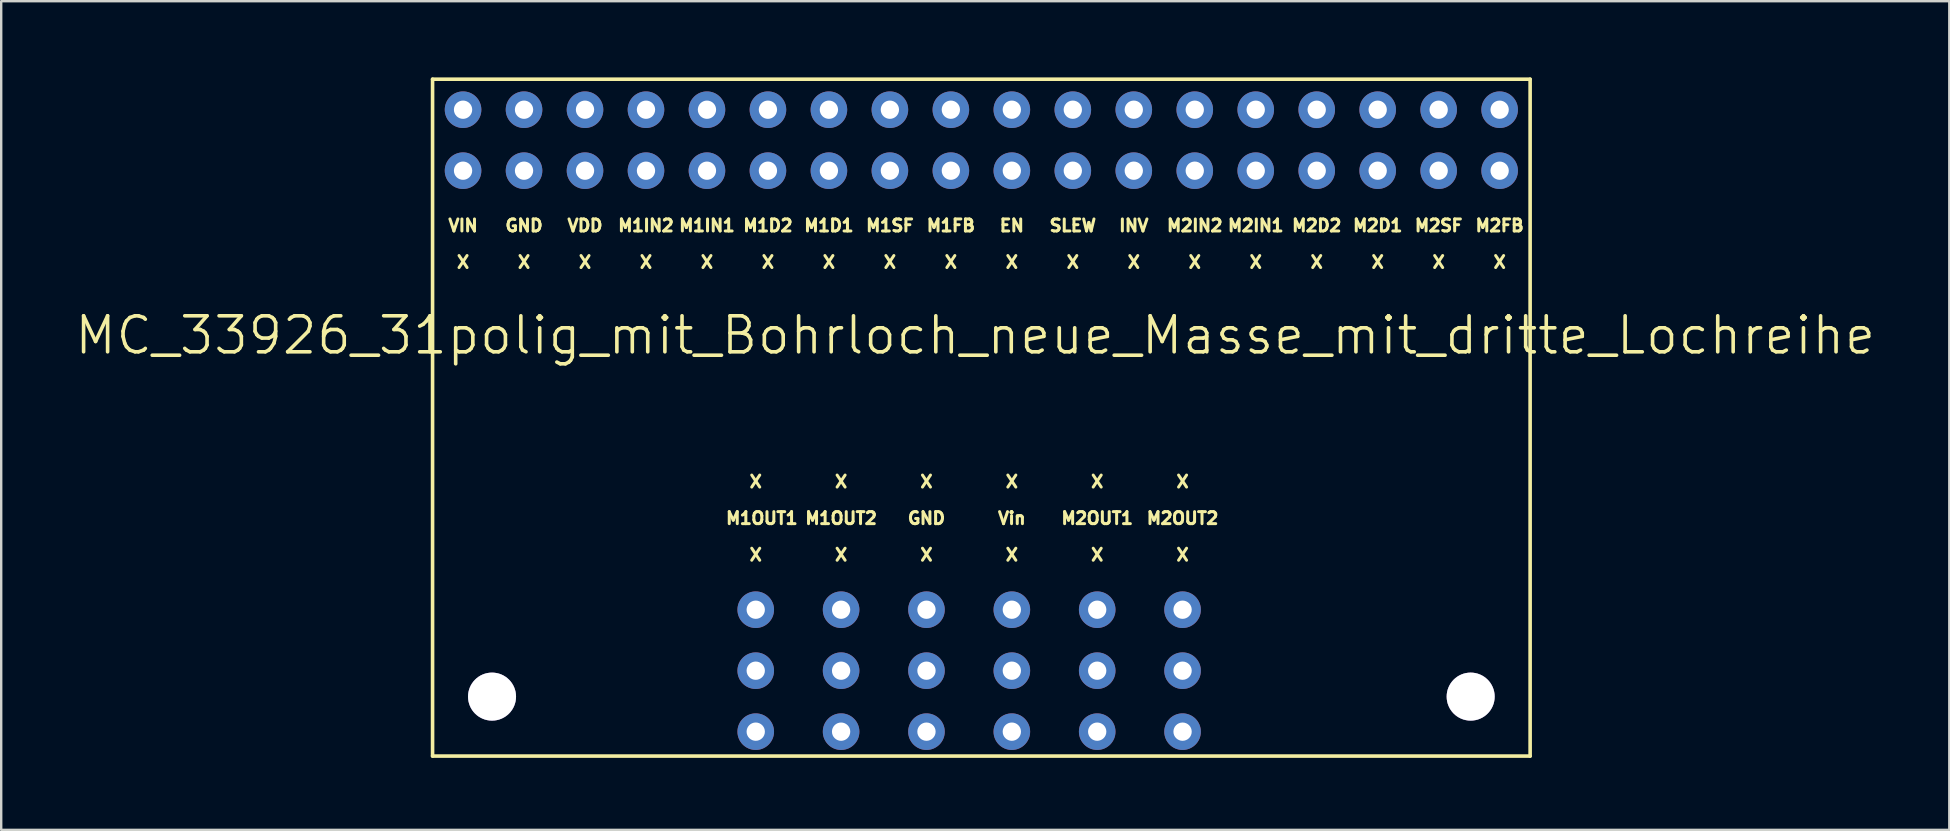
<source format=kicad_pcb>
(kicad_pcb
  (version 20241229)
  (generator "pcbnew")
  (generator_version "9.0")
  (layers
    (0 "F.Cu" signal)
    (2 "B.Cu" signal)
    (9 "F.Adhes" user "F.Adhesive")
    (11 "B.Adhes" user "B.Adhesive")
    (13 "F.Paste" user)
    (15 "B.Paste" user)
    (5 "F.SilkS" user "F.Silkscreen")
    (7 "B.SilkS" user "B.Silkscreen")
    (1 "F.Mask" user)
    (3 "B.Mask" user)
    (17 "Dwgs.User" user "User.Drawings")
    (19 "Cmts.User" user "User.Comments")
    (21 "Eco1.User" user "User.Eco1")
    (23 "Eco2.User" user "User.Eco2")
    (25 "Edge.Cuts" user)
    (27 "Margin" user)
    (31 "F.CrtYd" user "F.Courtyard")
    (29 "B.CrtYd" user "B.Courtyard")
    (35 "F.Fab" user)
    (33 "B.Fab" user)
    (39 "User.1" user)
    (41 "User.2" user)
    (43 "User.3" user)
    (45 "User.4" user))
  (footprint "MC_33926_31polig_mit_Bohrloch_neue_Masse_mit_dritte_Lochreihe"
    (layer "F.Cu")
    (at 14.969 0.25)
    (property "Reference" "MC_33926_31polig_mit_Bohrloch_neue_Masse_mit_dritte_Lochreihe" (at 22.606 10.668 0) (layer "F.SilkS") (effects (font (size 1.5 1.5) (thickness 0.15))))
    (fp_line (start 0 0) (end 45.72 0) (stroke (width 0.15) (type solid)) (layer "F.SilkS"))
    (fp_line (start 0 28.194) (end 0 0) (stroke (width 0.15) (type solid)) (layer "F.SilkS"))
    (fp_line (start 45.72 0) (end 45.72 28.194) (stroke (width 0.15) (type solid)) (layer "F.SilkS"))
    (fp_line (start 45.72 28.194) (end 0 28.194) (stroke (width 0.15) (type solid)) (layer "F.SilkS"))
    (fp_text user "X" (at 6.35 7.62 0) (layer "F.SilkS") (effects (font (size 0.5 0.5) (thickness 0.125))))
    (fp_text user "M1FB" (at 21.59 6.096 0) (layer "F.SilkS") (effects (font (size 0.5 0.5) (thickness 0.125))))
    (fp_text user "X" (at 27.686 19.812 0) (layer "F.SilkS") (effects (font (size 0.5 0.5) (thickness 0.125))))
    (fp_text user "X" (at 20.574 19.812 0) (layer "F.SilkS") (effects (font (size 0.5 0.5) (thickness 0.125))))
    (fp_text user "INV" (at 29.21 6.096 0) (layer "F.SilkS") (effects (font (size 0.5 0.5) (thickness 0.125))))
    (fp_text user "X" (at 24.13 7.62 0) (layer "F.SilkS") (effects (font (size 0.5 0.5) (thickness 0.125))))
    (fp_text user "X" (at 44.45 7.62 0) (layer "F.SilkS") (effects (font (size 0.5 0.5) (thickness 0.125))))
    (fp_text user "VDD" (at 6.35 6.096 0) (layer "F.SilkS") (effects (font (size 0.5 0.5) (thickness 0.125))))
    (fp_text user "X" (at 26.67 7.62 0) (layer "F.SilkS") (effects (font (size 0.5 0.5) (thickness 0.125))))
    (fp_text user "M1D2" (at 13.97 6.096 0) (layer "F.SilkS") (effects (font (size 0.5 0.5) (thickness 0.125))))
    (fp_text user "X" (at 31.242 16.764 0) (layer "F.SilkS") (effects (font (size 0.5 0.5) (thickness 0.125))))
    (fp_text user "X" (at 17.018 16.764 0) (layer "F.SilkS") (effects (font (size 0.5 0.5) (thickness 0.125))))
    (fp_text user "X" (at 24.13 16.764 0) (layer "F.SilkS") (effects (font (size 0.5 0.5) (thickness 0.125))))
    (fp_text user "X" (at 41.91 7.62 0) (layer "F.SilkS") (effects (font (size 0.5 0.5) (thickness 0.125))))
    (fp_text user "M1OUT2" (at 17.018 18.288 0) (layer "F.SilkS") (effects (font (size 0.5 0.5) (thickness 0.125))))
    (fp_text user "X" (at 13.462 16.764 0) (layer "F.SilkS") (effects (font (size 0.5 0.5) (thickness 0.125))))
    (fp_text user "GND" (at 3.81 6.096 0) (layer "F.SilkS") (effects (font (size 0.5 0.5) (thickness 0.125))))
    (fp_text user "X" (at 11.43 7.62 0) (layer "F.SilkS") (effects (font (size 0.5 0.5) (thickness 0.125))))
    (fp_text user "X" (at 29.21 7.62 0) (layer "F.SilkS") (effects (font (size 0.5 0.5) (thickness 0.125))))
    (fp_text user "X" (at 36.83 7.62 0) (layer "F.SilkS") (effects (font (size 0.5 0.5) (thickness 0.125))))
    (fp_text user "X" (at 31.75 7.62 0) (layer "F.SilkS") (effects (font (size 0.5 0.5) (thickness 0.125))))
    (fp_text user "SLEW" (at 26.67 6.096 0) (layer "F.SilkS") (effects (font (size 0.5 0.5) (thickness 0.125))))
    (fp_text user "X" (at 27.686 16.764 0) (layer "F.SilkS") (effects (font (size 0.5 0.5) (thickness 0.125))))
    (fp_text user "X" (at 13.462 19.812 0) (layer "F.SilkS") (effects (font (size 0.5 0.5) (thickness 0.125))))
    (fp_text user "M2FB" (at 44.45 6.096 0) (layer "F.SilkS") (effects (font (size 0.5 0.5) (thickness 0.125))))
    (fp_text user "M2OUT1" (at 27.686 18.288 0) (layer "F.SilkS") (effects (font (size 0.5 0.5) (thickness 0.125))))
    (fp_text user "X" (at 1.27 7.62 0) (layer "F.SilkS") (effects (font (size 0.5 0.5) (thickness 0.125))))
    (fp_text user "M2D2" (at 36.83 6.096 0) (layer "F.SilkS") (effects (font (size 0.5 0.5) (thickness 0.125))))
    (fp_text user "EN" (at 24.13 6.096 0) (layer "F.SilkS") (effects (font (size 0.5 0.5) (thickness 0.125))))
    (fp_text user "M2IN2" (at 31.75 6.096 0) (layer "F.SilkS") (effects (font (size 0.5 0.5) (thickness 0.125))))
    (fp_text user "VIN" (at 1.27 6.096 0) (layer "F.SilkS") (effects (font (size 0.5 0.5) (thickness 0.125))))
    (fp_text user "X" (at 31.242 19.812 0) (layer "F.SilkS") (effects (font (size 0.5 0.5) (thickness 0.125))))
    (fp_text user "Vin" (at 24.13 18.288 0) (layer "F.SilkS") (effects (font (size 0.5 0.5) (thickness 0.125))))
    (fp_text user "X" (at 16.51 7.62 0) (layer "F.SilkS") (effects (font (size 0.5 0.5) (thickness 0.125))))
    (fp_text user "M1SF" (at 19.05 6.096 0) (layer "F.SilkS") (effects (font (size 0.5 0.5) (thickness 0.125))))
    (fp_text user "X" (at 8.89 7.62 0) (layer "F.SilkS") (effects (font (size 0.5 0.5) (thickness 0.125))))
    (fp_text user "M2IN1" (at 34.29 6.096 0) (layer "F.SilkS") (effects (font (size 0.5 0.5) (thickness 0.125))))
    (fp_text user "M2D1" (at 39.37 6.096 0) (layer "F.SilkS") (effects (font (size 0.5 0.5) (thickness 0.125))))
    (fp_text user "X" (at 3.81 7.62 0) (layer "F.SilkS") (effects (font (size 0.5 0.5) (thickness 0.125))))
    (fp_text user "X" (at 17.018 19.812 0) (layer "F.SilkS") (effects (font (size 0.5 0.5) (thickness 0.125))))
    (fp_text user "X" (at 24.13 19.812 0) (layer "F.SilkS") (effects (font (size 0.5 0.5) (thickness 0.125))))
    (fp_text user "M1OUT1" (at 13.716 18.288 0) (layer "F.SilkS") (effects (font (size 0.5 0.5) (thickness 0.125))))
    (fp_text user "GND" (at 20.574 18.288 0) (layer "F.SilkS") (effects (font (size 0.5 0.5) (thickness 0.125))))
    (fp_text user "X" (at 19.05 7.62 0) (layer "F.SilkS") (effects (font (size 0.5 0.5) (thickness 0.125))))
    (fp_text user "X" (at 13.97 7.62 0) (layer "F.SilkS") (effects (font (size 0.5 0.5) (thickness 0.125))))
    (fp_text user "X" (at 21.59 7.62 0) (layer "F.SilkS") (effects (font (size 0.5 0.5) (thickness 0.125))))
    (fp_text user "M2OUT2" (at 31.242 18.288 0) (layer "F.SilkS") (effects (font (size 0.5 0.5) (thickness 0.125))))
    (fp_text user "X" (at 39.37 7.62 0) (layer "F.SilkS") (effects (font (size 0.5 0.5) (thickness 0.125))))
    (fp_text user "X" (at 20.574 16.764 0) (layer "F.SilkS") (effects (font (size 0.5 0.5) (thickness 0.125))))
    (fp_text user "M1D1" (at 16.51 6.096 0) (layer "F.SilkS") (effects (font (size 0.5 0.5) (thickness 0.125))))
    (fp_text user "M1IN2" (at 8.89 6.096 0) (layer "F.SilkS") (effects (font (size 0.5 0.5) (thickness 0.125))))
    (fp_text user "X" (at 34.29 7.62 0) (layer "F.SilkS") (effects (font (size 0.5 0.5) (thickness 0.125))))
    (fp_text user "M2SF" (at 41.91 6.096 0) (layer "F.SilkS") (effects (font (size 0.5 0.5) (thickness 0.125))))
    (fp_text user "M1IN1" (at 11.43 6.096 0) (layer "F.SilkS") (effects (font (size 0.5 0.5) (thickness 0.125))))
    (pad "" thru_hole circle (at 2.477 25.718) (size 2 2) (drill 2) (layers "*.Cu" "*.Mask"))
    (pad "" thru_hole circle (at 43.243 25.718) (size 2 2) (drill 2) (layers "*.Cu" "*.Mask"))
    (pad "1" thru_hole circle (at 1.27 1.27) (size 1.524 1.524) (drill 0.762) (layers "*.Cu" "*.Mask"))
    (pad "2" thru_hole circle (at 3.81 1.27) (size 1.524 1.524) (drill 0.762) (layers "*.Cu" "*.Mask"))
    (pad "3" thru_hole circle (at 6.35 1.27) (size 1.524 1.524) (drill 0.762) (layers "*.Cu" "*.Mask"))
    (pad "4" thru_hole circle (at 8.89 1.27) (size 1.524 1.524) (drill 0.762) (layers "*.Cu" "*.Mask"))
    (pad "5" thru_hole circle (at 11.43 1.27) (size 1.524 1.524) (drill 0.762) (layers "*.Cu" "*.Mask"))
    (pad "6" thru_hole circle (at 13.97 1.27) (size 1.524 1.524) (drill 0.762) (layers "*.Cu" "*.Mask"))
    (pad "7" thru_hole circle (at 16.51 1.27) (size 1.524 1.524) (drill 0.762) (layers "*.Cu" "*.Mask"))
    (pad "8" thru_hole circle (at 19.05 1.27) (size 1.524 1.524) (drill 0.762) (layers "*.Cu" "*.Mask"))
    (pad "9" thru_hole circle (at 21.59 1.27) (size 1.524 1.524) (drill 0.762) (layers "*.Cu" "*.Mask"))
    (pad "10" thru_hole circle (at 24.13 1.27) (size 1.524 1.524) (drill 0.762) (layers "*.Cu" "*.Mask"))
    (pad "11" thru_hole circle (at 26.67 1.27) (size 1.524 1.524) (drill 0.762) (layers "*.Cu" "*.Mask"))
    (pad "12" thru_hole circle (at 29.21 1.27) (size 1.524 1.524) (drill 0.762) (layers "*.Cu" "*.Mask"))
    (pad "13" thru_hole circle (at 31.75 1.27) (size 1.524 1.524) (drill 0.762) (layers "*.Cu" "*.Mask"))
    (pad "14" thru_hole circle (at 34.29 1.27) (size 1.524 1.524) (drill 0.762) (layers "*.Cu" "*.Mask"))
    (pad "15" thru_hole circle (at 36.83 1.27) (size 1.524 1.524) (drill 0.762) (layers "*.Cu" "*.Mask"))
    (pad "16" thru_hole circle (at 39.37 1.27) (size 1.524 1.524) (drill 0.762) (layers "*.Cu" "*.Mask"))
    (pad "17" thru_hole circle (at 41.91 1.27) (size 1.524 1.524) (drill 0.762) (layers "*.Cu" "*.Mask"))
    (pad "18" thru_hole circle (at 44.45 1.27) (size 1.524 1.524) (drill 0.762) (layers "*.Cu" "*.Mask"))
    (pad "19" thru_hole circle (at 13.462 24.638) (size 1.524 1.524) (drill 0.762) (layers "*.Cu" "*.Mask"))
    (pad "20" thru_hole circle (at 17.018 24.638) (size 1.524 1.524) (drill 0.762) (layers "*.Cu" "*.Mask"))
    (pad "21" thru_hole circle (at 20.574 24.638) (size 1.524 1.524) (drill 0.762) (layers "*.Cu" "*.Mask"))
    (pad "22" thru_hole circle (at 24.13 24.638) (size 1.524 1.524) (drill 0.762) (layers "*.Cu" "*.Mask"))
    (pad "23" thru_hole circle (at 27.686 24.638) (size 1.524 1.524) (drill 0.762) (layers "*.Cu" "*.Mask"))
    (pad "24" thru_hole circle (at 31.242 24.638) (size 1.524 1.524) (drill 0.762) (layers "*.Cu" "*.Mask"))
    (pad "25" thru_hole circle (at 13.97 3.81) (size 1.524 1.524) (drill 0.762) (layers "*.Cu" "*.Mask"))
    (pad "26" thru_hole circle (at 16.51 3.81) (size 1.524 1.524) (drill 0.762) (layers "*.Cu" "*.Mask"))
    (pad "27" thru_hole circle (at 24.13 3.81) (size 1.524 1.524) (drill 0.762) (layers "*.Cu" "*.Mask"))
    (pad "28" thru_hole circle (at 26.67 3.81) (size 1.524 1.524) (drill 0.762) (layers "*.Cu" "*.Mask"))
    (pad "29" thru_hole circle (at 29.21 3.81) (size 1.524 1.524) (drill 0.762) (layers "*.Cu" "*.Mask"))
    (pad "30" thru_hole circle (at 36.83 3.81) (size 1.524 1.524) (drill 0.762) (layers "*.Cu" "*.Mask"))
    (pad "31" thru_hole circle (at 39.37 3.81) (size 1.524 1.524) (drill 0.762) (layers "*.Cu" "*.Mask"))
    (pad "101" thru_hole circle (at 1.27 3.81) (size 1.524 1.524) (drill 0.762) (layers "*.Cu" "*.Mask"))
    (pad "102" thru_hole circle (at 3.81 3.81) (size 1.524 1.524) (drill 0.762) (layers "*.Cu" "*.Mask"))
    (pad "103" thru_hole circle (at 6.35 3.81) (size 1.524 1.524) (drill 0.762) (layers "*.Cu" "*.Mask"))
    (pad "104" thru_hole circle (at 8.89 3.81) (size 1.524 1.524) (drill 0.762) (layers "*.Cu" "*.Mask"))
    (pad "105" thru_hole circle (at 11.43 3.81) (size 1.524 1.524) (drill 0.762) (layers "*.Cu" "*.Mask"))
    (pad "106" thru_hole circle (at 19.05 3.81) (size 1.524 1.524) (drill 0.762) (layers "*.Cu" "*.Mask"))
    (pad "107" thru_hole circle (at 21.59 3.81) (size 1.524 1.524) (drill 0.762) (layers "*.Cu" "*.Mask"))
    (pad "108" thru_hole circle (at 31.75 3.81) (size 1.524 1.524) (drill 0.762) (layers "*.Cu" "*.Mask"))
    (pad "109" thru_hole circle (at 34.29 3.81) (size 1.524 1.524) (drill 0.762) (layers "*.Cu" "*.Mask"))
    (pad "110" thru_hole circle (at 41.91 3.81) (size 1.524 1.524) (drill 0.762) (layers "*.Cu" "*.Mask"))
    (pad "111" thru_hole circle (at 44.45 3.81) (size 1.524 1.524) (drill 0.762) (layers "*.Cu" "*.Mask"))
    (pad "112" thru_hole circle (at 13.462 22.098) (size 1.524 1.524) (drill 0.762) (layers "*.Cu" "*.Mask"))
    (pad "113" thru_hole circle (at 17.018 22.098) (size 1.524 1.524) (drill 0.762) (layers "*.Cu" "*.Mask"))
    (pad "114" thru_hole circle (at 20.574 22.098) (size 1.524 1.524) (drill 0.762) (layers "*.Cu" "*.Mask"))
    (pad "115" thru_hole circle (at 24.13 22.098) (size 1.524 1.524) (drill 0.762) (layers "*.Cu" "*.Mask"))
    (pad "116" thru_hole circle (at 27.686 22.098) (size 1.524 1.524) (drill 0.762) (layers "*.Cu" "*.Mask"))
    (pad "117" thru_hole circle (at 31.242 22.098) (size 1.524 1.524) (drill 0.762) (layers "*.Cu" "*.Mask"))
    (pad "118" thru_hole circle (at 13.462 27.178) (size 1.524 1.524) (drill 0.762) (layers "*.Cu" "*.Mask"))
    (pad "119" thru_hole circle (at 17.018 27.178) (size 1.524 1.524) (drill 0.762) (layers "*.Cu" "*.Mask"))
    (pad "120" thru_hole circle (at 20.574 27.178) (size 1.524 1.524) (drill 0.762) (layers "*.Cu" "*.Mask"))
    (pad "121" thru_hole circle (at 24.13 27.178) (size 1.524 1.524) (drill 0.762) (layers "*.Cu" "*.Mask"))
    (pad "122" thru_hole circle (at 27.686 27.178) (size 1.524 1.524) (drill 0.762) (layers "*.Cu" "*.Mask"))
    (pad "123" thru_hole circle (at 31.242 27.178) (size 1.524 1.524) (drill 0.762) (layers "*.Cu" "*.Mask")))
  (gr_rect
    (start -3 -3)
    (end 78.15 31.519)
    (stroke (width 0.1) (type default))
    (fill no)
    (layer "Edge.Cuts")))
</source>
